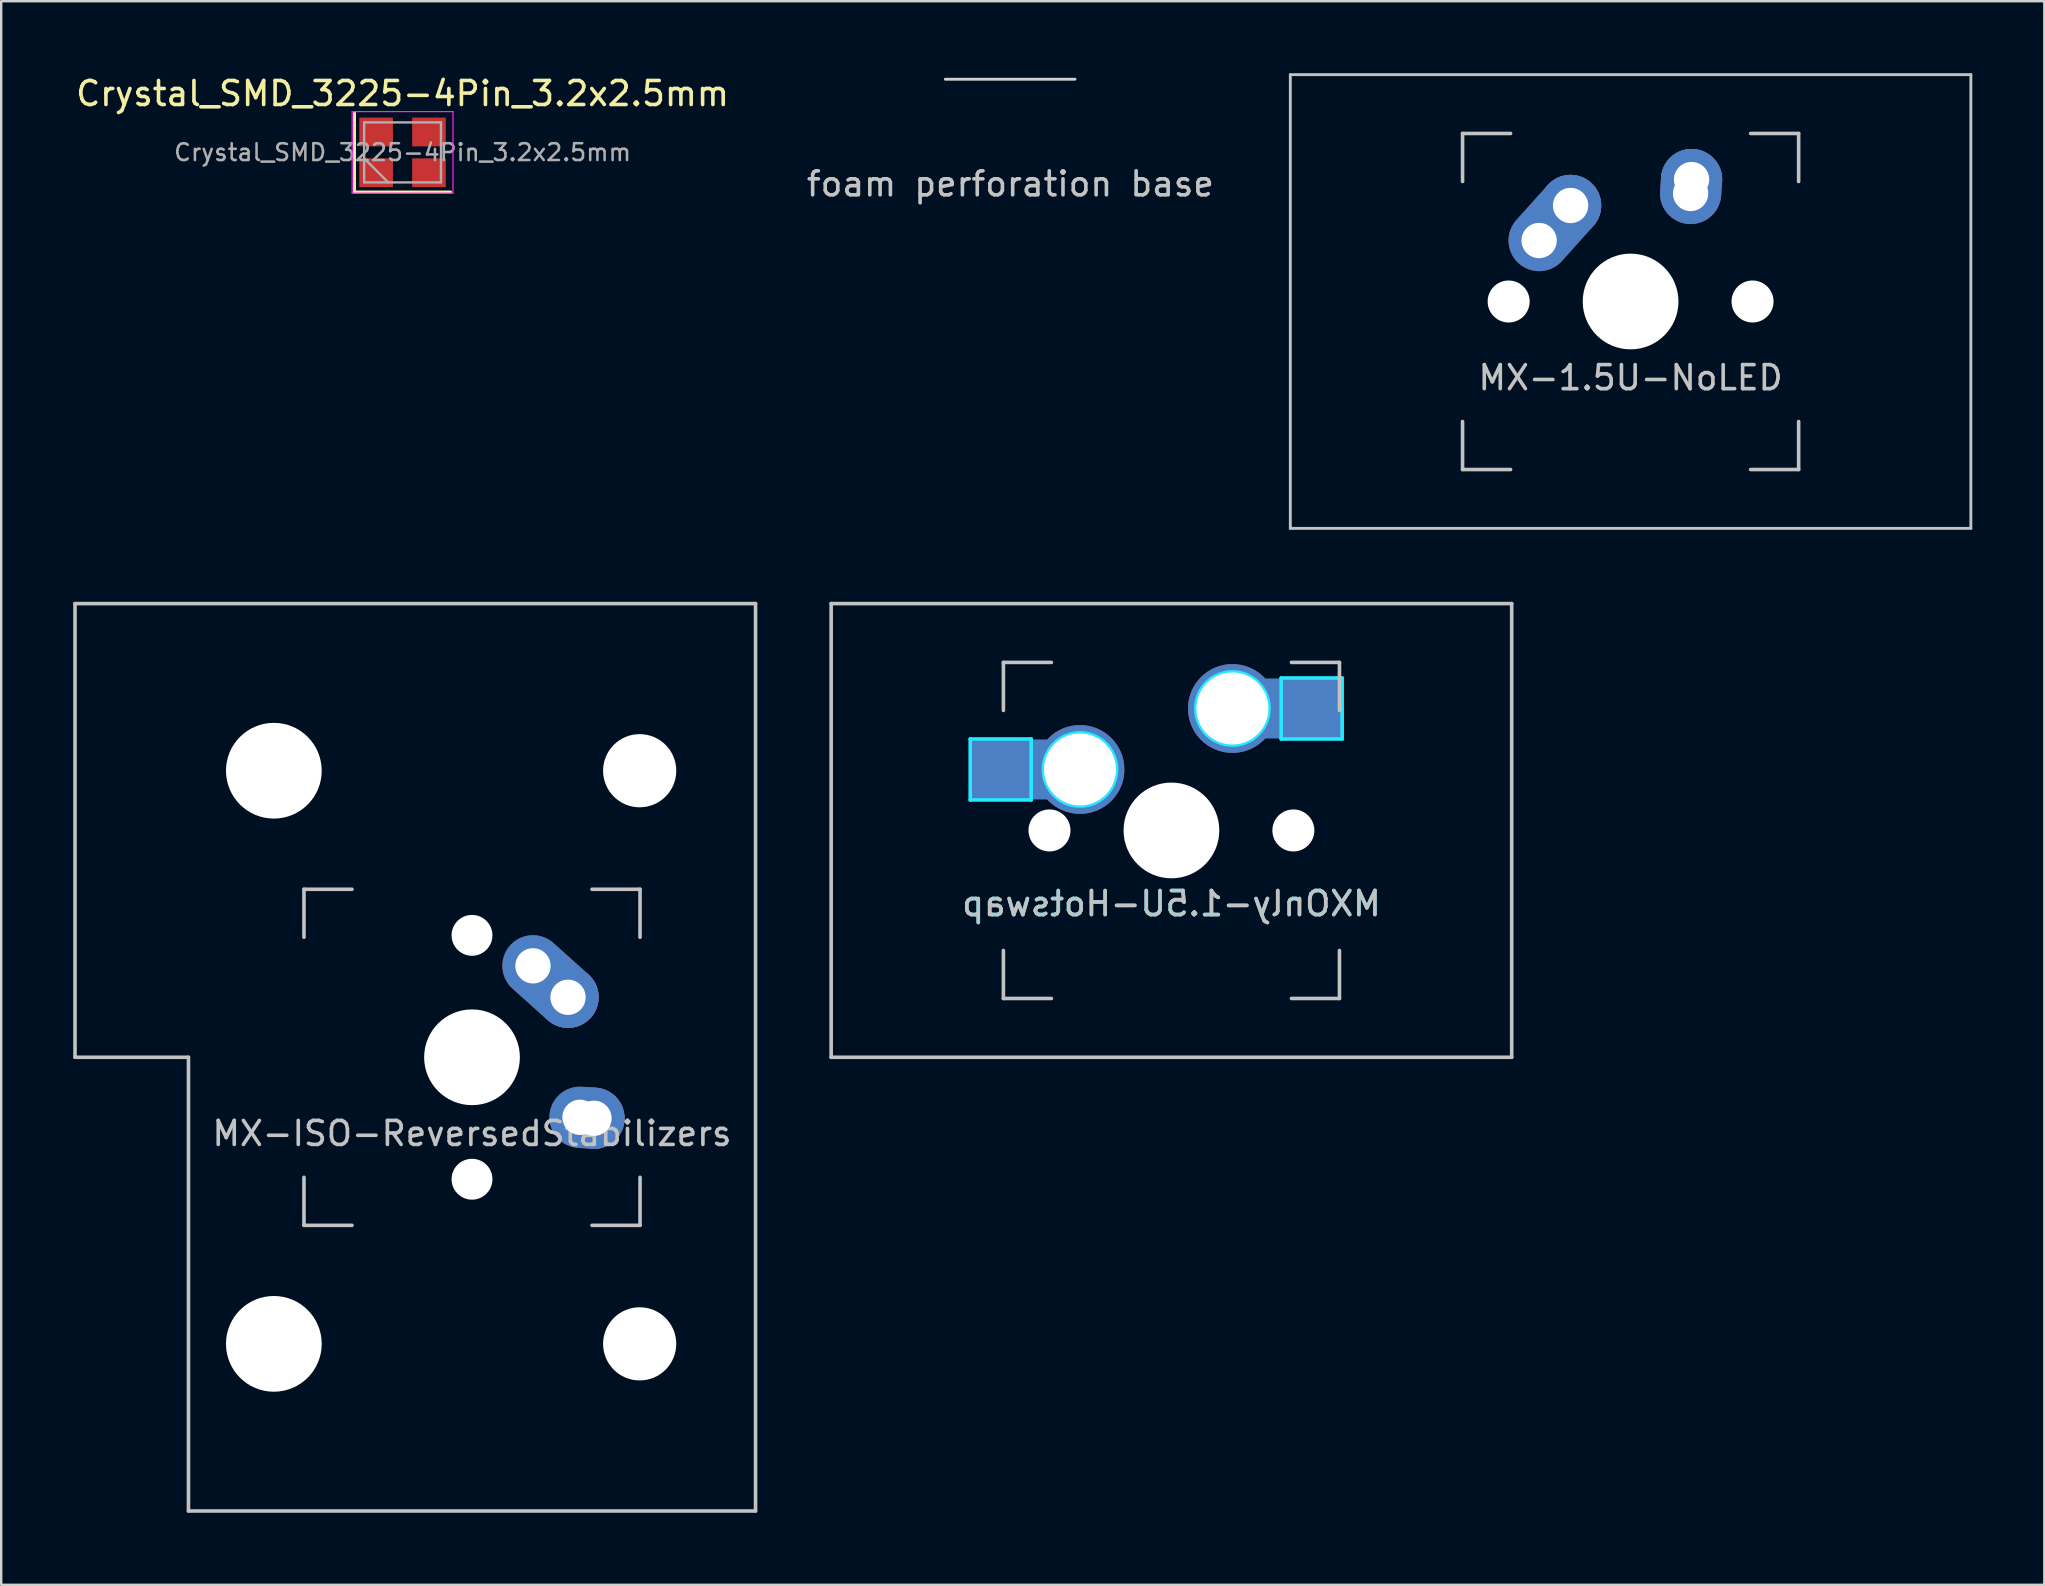
<source format=kicad_pcb>
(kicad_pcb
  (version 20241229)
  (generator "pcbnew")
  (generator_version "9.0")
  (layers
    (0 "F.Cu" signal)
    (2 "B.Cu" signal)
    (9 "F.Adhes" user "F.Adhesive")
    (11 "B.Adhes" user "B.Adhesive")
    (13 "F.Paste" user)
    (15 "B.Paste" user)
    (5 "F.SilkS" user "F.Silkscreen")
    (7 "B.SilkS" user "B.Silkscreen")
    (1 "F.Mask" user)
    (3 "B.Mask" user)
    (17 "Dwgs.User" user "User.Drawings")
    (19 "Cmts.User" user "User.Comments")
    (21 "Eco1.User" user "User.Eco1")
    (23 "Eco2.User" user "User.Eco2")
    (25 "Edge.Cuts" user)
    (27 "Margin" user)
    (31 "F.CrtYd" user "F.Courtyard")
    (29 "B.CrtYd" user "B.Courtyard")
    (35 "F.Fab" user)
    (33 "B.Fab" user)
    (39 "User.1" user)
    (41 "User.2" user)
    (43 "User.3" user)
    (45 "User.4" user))
  (footprint "MX-ISO-ReversedStabilizers"
    (layer "F.Cu")
    (at 16.613 40.995)
    (property "Reference" "MX-ISO-ReversedStabilizers" (at 0 3.175 0) (layer "Dwgs.User") (effects (font (size 1 1) (thickness 0.15))))
    (attr through_hole)
    (fp_line (start -16.538 -18.9) (end -16.538 0) (stroke (width 0.15) (type solid)) (layer "Dwgs.User"))
    (fp_line (start -16.538 -18.9) (end 11.812 -18.9) (stroke (width 0.15) (type solid)) (layer "Dwgs.User"))
    (fp_line (start -11.812 0) (end -16.538 0) (stroke (width 0.15) (type solid)) (layer "Dwgs.User"))
    (fp_line (start -11.812 18.9) (end -11.812 0) (stroke (width 0.15) (type solid)) (layer "Dwgs.User"))
    (fp_line (start -11.812 18.9) (end 11.812 18.9) (stroke (width 0.15) (type solid)) (layer "Dwgs.User"))
    (fp_line (start -7 -7) (end -7 -5) (stroke (width 0.15) (type solid)) (layer "Dwgs.User"))
    (fp_line (start -7 5) (end -7 7) (stroke (width 0.15) (type solid)) (layer "Dwgs.User"))
    (fp_line (start -7 7) (end -5 7) (stroke (width 0.15) (type solid)) (layer "Dwgs.User"))
    (fp_line (start -5 -7) (end -7 -7) (stroke (width 0.15) (type solid)) (layer "Dwgs.User"))
    (fp_line (start 5 -7) (end 7 -7) (stroke (width 0.15) (type solid)) (layer "Dwgs.User"))
    (fp_line (start 5 7) (end 7 7) (stroke (width 0.15) (type solid)) (layer "Dwgs.User"))
    (fp_line (start 7 -7) (end 7 -5) (stroke (width 0.15) (type solid)) (layer "Dwgs.User"))
    (fp_line (start 7 7) (end 7 5) (stroke (width 0.15) (type solid)) (layer "Dwgs.User"))
    (fp_line (start 11.812 -18.9) (end 11.812 18.9) (stroke (width 0.15) (type solid)) (layer "Dwgs.User"))
    (pad "" np_thru_hole circle (at -8.255 -11.938) (size 3.988 3.988) (drill 3.988) (layers "*.Cu" "*.Mask"))
    (pad "" np_thru_hole circle (at -8.255 11.938) (size 3.988 3.988) (drill 3.988) (layers "*.Cu" "*.Mask"))
    (pad "" np_thru_hole circle (at 0 -5.08 48.1) (size 1.702 1.702) (drill 1.702) (layers "*.Cu" "*.Mask"))
    (pad "" np_thru_hole circle (at 0 0) (size 3.988 3.988) (drill 3.988) (layers "*.Cu" "*.Mask"))
    (pad "" np_thru_hole circle (at 0 5.08 48.1) (size 1.702 1.702) (drill 1.702) (layers "*.Cu" "*.Mask"))
    (pad "" np_thru_hole circle (at 6.985 -11.938) (size 3.048 3.048) (drill 3.048) (layers "*.Cu" "*.Mask"))
    (pad "" np_thru_hole circle (at 6.985 11.938) (size 3.048 3.048) (drill 3.048) (layers "*.Cu" "*.Mask"))
    (pad "1" thru_hole oval (at 4.5 2.5 356.055) (size 3.131 2.55) (drill 1.47 (offset 0.291 0)) (layers "*.Cu" "B.Mask"))
    (pad "1" thru_hole circle (at 5.08 2.54) (size 2.55 2.55) (drill 1.47) (layers "*.Cu" "B.Mask"))
    (pad "2" thru_hole oval (at 2.54 -3.81 318.1) (size 4.512 2.55) (drill 1.47 (offset 0.981 0)) (layers "*.Cu" "B.Mask"))
    (pad "2" thru_hole circle (at 4 -2.5) (size 2.55 2.55) (drill 1.47) (layers "*.Cu" "B.Mask")))
  (footprint "foam perforation base"
    (layer "F.Cu")
    (at 39.032 0.25)
    (property "Reference" "foam perforation base" (at 0.01 4.36 0) (unlocked yes) (layer "Dwgs.User") (effects (font (size 1 1) (thickness 0.15))))
    (attr through_hole)
    (fp_line (start -2.7 0) (end 2.7 0) (stroke (width 0.12) (type default)) (layer "Edge.Cuts")))
  (footprint "MXOnly-1.5U-Hotswap"
    (layer "F.Cu")
    (at 45.75 31.545)
    (property "Reference" "MXOnly-1.5U-Hotswap" (at 0 3.048 0) (layer "B.CrtYd") (effects (font (size 1 1) (thickness 0.15)) (justify mirror)))
    (attr smd)
    (fp_line (start -14.175 -9.45) (end 14.175 -9.45) (stroke (width 0.15) (type solid)) (layer "Dwgs.User"))
    (fp_line (start -14.175 9.45) (end -14.175 -9.45) (stroke (width 0.15) (type solid)) (layer "Dwgs.User"))
    (fp_line (start -7 -7) (end -7 -5) (stroke (width 0.15) (type solid)) (layer "Dwgs.User"))
    (fp_line (start -7 5) (end -7 7) (stroke (width 0.15) (type solid)) (layer "Dwgs.User"))
    (fp_line (start -7 7) (end -5 7) (stroke (width 0.15) (type solid)) (layer "Dwgs.User"))
    (fp_line (start -5 -7) (end -7 -7) (stroke (width 0.15) (type solid)) (layer "Dwgs.User"))
    (fp_line (start 5 -7) (end 7 -7) (stroke (width 0.15) (type solid)) (layer "Dwgs.User"))
    (fp_line (start 5 7) (end 7 7) (stroke (width 0.15) (type solid)) (layer "Dwgs.User"))
    (fp_line (start 7 -7) (end 7 -5) (stroke (width 0.15) (type solid)) (layer "Dwgs.User"))
    (fp_line (start 7 7) (end 7 5) (stroke (width 0.15) (type solid)) (layer "Dwgs.User"))
    (fp_line (start 14.175 -9.45) (end 14.175 9.45) (stroke (width 0.15) (type solid)) (layer "Dwgs.User"))
    (fp_line (start 14.175 9.45) (end -14.175 9.45) (stroke (width 0.15) (type solid)) (layer "Dwgs.User"))
    (fp_line (start -8.382 -3.81) (end -5.842 -3.81) (stroke (width 0.15) (type solid)) (layer "B.CrtYd"))
    (fp_line (start -8.382 -1.27) (end -8.382 -3.81) (stroke (width 0.15) (type solid)) (layer "B.CrtYd"))
    (fp_line (start -5.842 -3.81) (end -5.842 -1.27) (stroke (width 0.15) (type solid)) (layer "B.CrtYd"))
    (fp_line (start -5.842 -1.27) (end -8.382 -1.27) (stroke (width 0.15) (type solid)) (layer "B.CrtYd"))
    (fp_line (start 4.572 -6.35) (end 7.112 -6.35) (stroke (width 0.15) (type solid)) (layer "B.CrtYd"))
    (fp_line (start 4.572 -3.81) (end 4.572 -6.35) (stroke (width 0.15) (type solid)) (layer "B.CrtYd"))
    (fp_line (start 7.112 -6.35) (end 7.112 -3.81) (stroke (width 0.15) (type solid)) (layer "B.CrtYd"))
    (fp_line (start 7.112 -3.81) (end 4.572 -3.81) (stroke (width 0.15) (type solid)) (layer "B.CrtYd"))
    (fp_circle (center -3.81 -2.54) (end -3.81 -4.064) (stroke (width 0.15) (type solid)) (fill no) (layer "B.CrtYd"))
    (fp_circle (center 2.54 -5.08) (end 2.54 -6.604) (stroke (width 0.15) (type solid)) (fill no) (layer "B.CrtYd"))
    (fp_text user "${REFERENCE}" (at 0 3.048 0) (layer "Dwgs.User") (effects (font (size 1 1) (thickness 0.15)) (justify mirror)))
    (pad "" np_thru_hole circle (at -5.08 0 48.1) (size 1.75 1.75) (drill 1.75) (layers "*.Cu" "*.Mask"))
    (pad "" np_thru_hole circle (at 0 0) (size 3.988 3.988) (drill 3.988) (layers "*.Cu" "*.Mask"))
    (pad "" np_thru_hole circle (at 5.08 0 48.1) (size 1.75 1.75) (drill 1.75) (layers "*.Cu" "*.Mask"))
    (pad "1" smd rect (at -5.585 -2.54) (size 5.55 2.5) (layers "B.Cu" "B.Mask" "B.Paste"))
    (pad "1" thru_hole circle (at -3.81 -2.54) (size 3.7 3.7) (drill 3) (layers "*.Cu" "*.Mask"))
    (pad "2" thru_hole circle (at 2.54 -5.08) (size 3.7 3.7) (drill 3) (layers "*.Cu" "*.Mask"))
    (pad "2" smd rect (at 4.342 -5.08) (size 5.55 2.5) (layers "B.Cu" "B.Mask" "B.Paste")))
  (footprint "MX-1.5U-NoLED"
    (layer "F.Cu")
    (at 64.878 9.51)
    (property "Reference" "MX-1.5U-NoLED" (at 0 3.175 0) (layer "Dwgs.User") (effects (font (size 1 1) (thickness 0.15))))
    (attr through_hole)
    (fp_line (start -14.175 -9.45) (end -14.175 9.45) (stroke (width 0.12) (type solid)) (layer "Dwgs.User"))
    (fp_line (start -14.175 9.45) (end 14.175 9.45) (stroke (width 0.12) (type solid)) (layer "Dwgs.User"))
    (fp_line (start -7 -7) (end -7 -5) (stroke (width 0.15) (type solid)) (layer "Dwgs.User"))
    (fp_line (start -7 5) (end -7 7) (stroke (width 0.15) (type solid)) (layer "Dwgs.User"))
    (fp_line (start -7 7) (end -5 7) (stroke (width 0.15) (type solid)) (layer "Dwgs.User"))
    (fp_line (start -5 -7) (end -7 -7) (stroke (width 0.15) (type solid)) (layer "Dwgs.User"))
    (fp_line (start 5 -7) (end 7 -7) (stroke (width 0.15) (type solid)) (layer "Dwgs.User"))
    (fp_line (start 5 7) (end 7 7) (stroke (width 0.15) (type solid)) (layer "Dwgs.User"))
    (fp_line (start 7 -7) (end 7 -5) (stroke (width 0.15) (type solid)) (layer "Dwgs.User"))
    (fp_line (start 7 7) (end 7 5) (stroke (width 0.15) (type solid)) (layer "Dwgs.User"))
    (fp_line (start 14.175 -9.45) (end -14.175 -9.45) (stroke (width 0.12) (type solid)) (layer "Dwgs.User"))
    (fp_line (start 14.175 9.45) (end 14.175 -9.45) (stroke (width 0.12) (type solid)) (layer "Dwgs.User"))
    (pad "" np_thru_hole circle (at -5.08 0 48.1) (size 1.75 1.75) (drill 1.75) (layers "*.Cu" "*.Mask"))
    (pad "" np_thru_hole circle (at 0 0) (size 3.988 3.988) (drill 3.988) (layers "*.Cu" "*.Mask"))
    (pad "" np_thru_hole circle (at 5.08 0 48.1) (size 1.75 1.75) (drill 1.75) (layers "*.Cu" "*.Mask"))
    (pad "1" thru_hole oval (at -3.81 -2.54 48.099) (size 4.512 2.55) (drill 1.47 (offset 0.981 0)) (layers "*.Cu" "B.Mask"))
    (pad "1" thru_hole circle (at -2.5 -4) (size 2.55 2.55) (drill 1.47) (layers "*.Cu" "B.Mask"))
    (pad "2" thru_hole oval (at 2.5 -4.5 86.054) (size 3.131 2.55) (drill 1.47 (offset 0.291 0)) (layers "*.Cu" "B.Mask"))
    (pad "2" thru_hole circle (at 2.54 -5.08) (size 2.55 2.55) (drill 1.47) (layers "*.Cu" "B.Mask")))
  (footprint "Crystal_SMD_3225-4Pin_3.2x2.5mm"
    (layer "F.Cu")
    (at 13.72 3.298)
    (property "Reference" "Crystal_SMD_3225-4Pin_3.2x2.5mm" (at 0 -2.45 0) (layer "F.SilkS") (effects (font (size 1 1) (thickness 0.15))))
    (attr smd)
    (fp_line (start -2 -1.65) (end -2 1.65) (stroke (width 0.12) (type solid)) (layer "F.SilkS"))
    (fp_line (start -2 1.65) (end 2 1.65) (stroke (width 0.12) (type solid)) (layer "F.SilkS"))
    (fp_line (start -2.1 -1.7) (end -2.1 1.7) (stroke (width 0.05) (type solid)) (layer "F.CrtYd"))
    (fp_line (start -2.1 1.7) (end 2.1 1.7) (stroke (width 0.05) (type solid)) (layer "F.CrtYd"))
    (fp_line (start 2.1 -1.7) (end -2.1 -1.7) (stroke (width 0.05) (type solid)) (layer "F.CrtYd"))
    (fp_line (start 2.1 1.7) (end 2.1 -1.7) (stroke (width 0.05) (type solid)) (layer "F.CrtYd"))
    (fp_line (start -1.6 -1.25) (end -1.6 1.25) (stroke (width 0.1) (type solid)) (layer "F.Fab"))
    (fp_line (start -1.6 0.25) (end -0.6 1.25) (stroke (width 0.1) (type solid)) (layer "F.Fab"))
    (fp_line (start -1.6 1.25) (end 1.6 1.25) (stroke (width 0.1) (type solid)) (layer "F.Fab"))
    (fp_line (start 1.6 -1.25) (end -1.6 -1.25) (stroke (width 0.1) (type solid)) (layer "F.Fab"))
    (fp_line (start 1.6 1.25) (end 1.6 -1.25) (stroke (width 0.1) (type solid)) (layer "F.Fab"))
    (fp_text user "${REFERENCE}" (at 0 0 0) (layer "F.Fab") (effects (font (size 0.7 0.7) (thickness 0.105))))
    (pad "1" smd rect (at 1.1 0.85) (size 1.4 1.2) (layers "F.Cu" "F.Mask" "F.Paste"))
    (pad "2" smd rect (at -1.1 0.85) (size 1.4 1.2) (layers "F.Cu" "F.Mask" "F.Paste"))
    (pad "3" smd rect (at -1.1 -0.85) (size 1.4 1.2) (layers "F.Cu" "F.Mask" "F.Paste"))
    (pad "4" smd rect (at 1.1 -0.85) (size 1.4 1.2) (layers "F.Cu" "F.Mask" "F.Paste")))
  (gr_rect
    (start -3 -3)
    (end 82.113 62.97)
    (stroke (width 0.1) (type default))
    (fill no)
    (layer "Edge.Cuts")))
</source>
